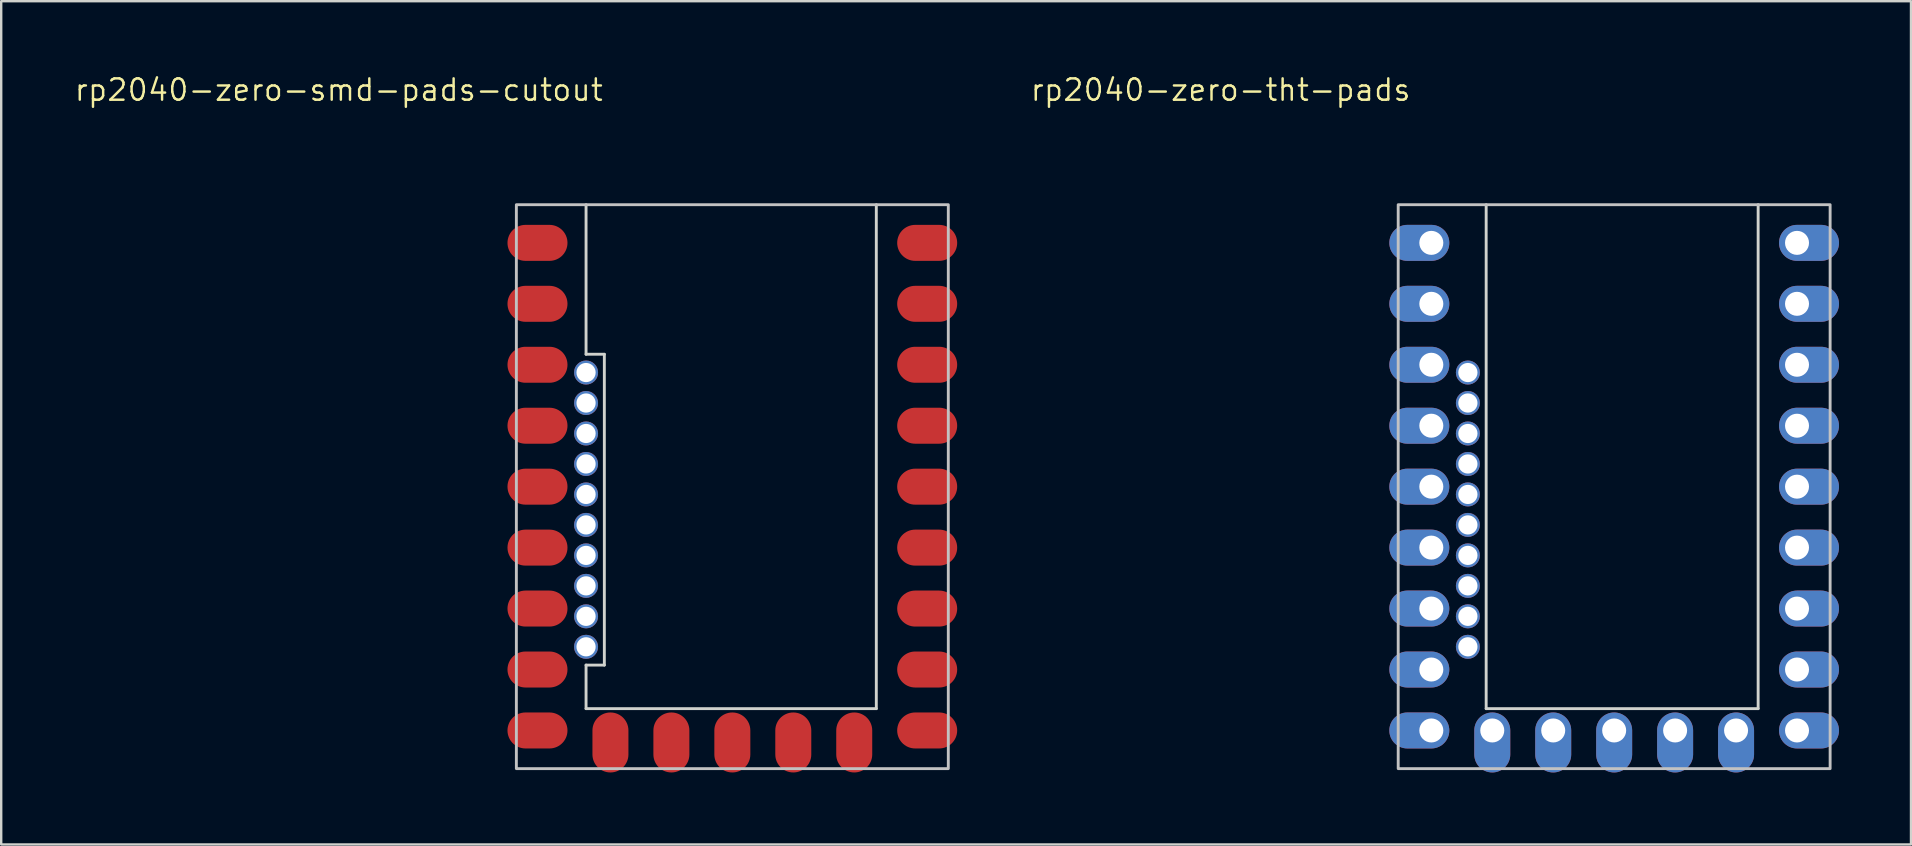
<source format=kicad_pcb>
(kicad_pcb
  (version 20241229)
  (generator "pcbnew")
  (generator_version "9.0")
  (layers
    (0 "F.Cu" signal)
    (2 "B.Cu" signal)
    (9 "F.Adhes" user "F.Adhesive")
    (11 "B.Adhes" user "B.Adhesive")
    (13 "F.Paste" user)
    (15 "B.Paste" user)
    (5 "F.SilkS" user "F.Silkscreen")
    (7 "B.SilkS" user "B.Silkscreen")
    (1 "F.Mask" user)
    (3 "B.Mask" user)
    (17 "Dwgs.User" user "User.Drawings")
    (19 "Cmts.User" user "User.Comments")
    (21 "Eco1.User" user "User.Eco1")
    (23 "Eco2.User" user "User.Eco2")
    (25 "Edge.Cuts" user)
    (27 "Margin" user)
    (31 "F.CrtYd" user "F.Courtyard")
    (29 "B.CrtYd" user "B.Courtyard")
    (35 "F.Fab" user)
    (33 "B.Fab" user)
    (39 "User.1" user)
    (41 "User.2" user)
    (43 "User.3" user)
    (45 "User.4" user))
  (footprint "rp2040-zero-smd-pads-cutout"
    (layer "F.Cu")
    (at 27.469 17.231)
    (property "Reference" "rp2040-zero-smd-pads-cutout" (at -16.399 -16.533 0) (layer "F.SilkS") (effects (font (size 0.889 0.889) (thickness 0.102))))
    (attr smd exclude_from_pos_files)
    (fp_rect (start -9 -11.75) (end 9 11.75) (stroke (width 0.12) (type solid)) (fill no) (layer "Dwgs.User"))
    (fp_line (start -6.096 -5.518) (end -6.096 -11.75) (stroke (width 0.12) (type solid)) (layer "Edge.Cuts"))
    (fp_line (start -6.096 7.436) (end -5.334 7.436) (stroke (width 0.12) (type solid)) (layer "Edge.Cuts"))
    (fp_line (start -6.096 9.25) (end -6.096 7.436) (stroke (width 0.12) (type solid)) (layer "Edge.Cuts"))
    (fp_line (start -6.096 9.25) (end 6 9.25) (stroke (width 0.12) (type solid)) (layer "Edge.Cuts"))
    (fp_line (start -5.334 -5.518) (end -6.096 -5.518) (stroke (width 0.12) (type solid)) (layer "Edge.Cuts"))
    (fp_line (start -5.334 7.436) (end -5.334 -5.518) (stroke (width 0.12) (type solid)) (layer "Edge.Cuts"))
    (fp_line (start 6 9.25) (end 6 -11.75) (stroke (width 0.12) (type solid)) (layer "Edge.Cuts"))
    (pad "1" smd oval (at 7.62 -10.16 180) (size 2.5 1.5) (drill (offset -0.5 0)) (layers "F.Cu" "F.Mask" "F.Paste"))
    (pad "2" smd oval (at 7.62 -7.62 180) (size 2.5 1.5) (drill (offset -0.5 0)) (layers "F.Cu" "F.Mask" "F.Paste"))
    (pad "3" smd oval (at 7.62 -5.08 180) (size 2.5 1.5) (drill (offset -0.5 0)) (layers "F.Cu" "F.Mask" "F.Paste"))
    (pad "4" smd oval (at 7.62 -2.54 180) (size 2.5 1.5) (drill (offset -0.5 0)) (layers "F.Cu" "F.Mask" "F.Paste"))
    (pad "5" smd oval (at 7.62 0 180) (size 2.5 1.5) (drill (offset -0.5 0)) (layers "F.Cu" "F.Mask" "F.Paste"))
    (pad "6" smd oval (at 7.62 2.54 180) (size 2.5 1.5) (drill (offset -0.5 0)) (layers "F.Cu" "F.Mask" "F.Paste"))
    (pad "7" smd oval (at 7.62 5.08 180) (size 2.5 1.5) (drill (offset -0.5 0)) (layers "F.Cu" "F.Mask" "F.Paste"))
    (pad "8" smd oval (at 7.62 7.62 180) (size 2.5 1.5) (drill (offset -0.5 0)) (layers "F.Cu" "F.Mask" "F.Paste"))
    (pad "9" smd oval (at 7.62 10.16 180) (size 2.5 1.5) (drill (offset -0.5 0)) (layers "F.Cu" "F.Mask" "F.Paste"))
    (pad "10" smd oval (at 5.08 10.16 90) (size 2.5 1.5) (drill (offset -0.5 0)) (layers "F.Cu" "F.Mask" "F.Paste"))
    (pad "11" smd oval (at 2.54 10.16 90) (size 2.5 1.5) (drill (offset -0.5 0)) (layers "F.Cu" "F.Mask" "F.Paste"))
    (pad "12" smd oval (at 0 10.16 90) (size 2.5 1.5) (drill (offset -0.5 0)) (layers "F.Cu" "F.Mask" "F.Paste"))
    (pad "13" smd oval (at -2.54 10.16 90) (size 2.5 1.5) (drill (offset -0.5 0)) (layers "F.Cu" "F.Mask" "F.Paste"))
    (pad "14" smd oval (at -5.08 10.16 90) (size 2.5 1.5) (drill (offset -0.5 0)) (layers "F.Cu" "F.Mask" "F.Paste"))
    (pad "15" smd oval (at -7.62 10.16) (size 2.5 1.5) (drill (offset -0.5 0)) (layers "F.Cu" "F.Mask" "F.Paste"))
    (pad "16" smd oval (at -7.62 7.62) (size 2.5 1.5) (drill (offset -0.5 0)) (layers "F.Cu" "F.Mask" "F.Paste"))
    (pad "17" smd oval (at -7.62 5.08) (size 2.5 1.5) (drill (offset -0.5 0)) (layers "F.Cu" "F.Mask" "F.Paste"))
    (pad "18" smd oval (at -7.62 2.54) (size 2.5 1.5) (drill (offset -0.5 0)) (layers "F.Cu" "F.Mask" "F.Paste"))
    (pad "19" smd oval (at -7.62 0) (size 2.5 1.5) (drill (offset -0.5 0)) (layers "F.Cu" "F.Mask" "F.Paste"))
    (pad "20" smd oval (at -7.62 -2.54) (size 2.5 1.5) (drill (offset -0.5 0)) (layers "F.Cu" "F.Mask" "F.Paste"))
    (pad "21" smd oval (at -7.62 -5.08) (size 2.5 1.5) (drill (offset -0.5 0)) (layers "F.Cu" "F.Mask" "F.Paste"))
    (pad "22" smd oval (at -7.62 -7.62) (size 2.5 1.5) (drill (offset -0.5 0)) (layers "F.Cu" "F.Mask" "F.Paste"))
    (pad "23" smd oval (at -7.62 -10.16) (size 2.5 1.5) (drill (offset -0.5 0)) (layers "F.Cu" "F.Mask" "F.Paste"))
    (pad "24" thru_hole circle (at -6.096 6.674) (size 1 1) (drill 0.8) (layers "*.Cu" "*.Mask"))
    (pad "25" thru_hole circle (at -6.096 5.404) (size 1 1) (drill 0.8) (layers "*.Cu" "*.Mask"))
    (pad "26" thru_hole circle (at -6.096 4.134) (size 1 1) (drill 0.8) (layers "*.Cu" "*.Mask"))
    (pad "27" thru_hole circle (at -6.096 2.864) (size 1 1) (drill 0.8) (layers "*.Cu" "*.Mask"))
    (pad "28" thru_hole circle (at -6.096 1.594) (size 1 1) (drill 0.8) (layers "*.Cu" "*.Mask"))
    (pad "29" thru_hole circle (at -6.096 0.324) (size 1 1) (drill 0.8) (layers "*.Cu" "*.Mask"))
    (pad "30" thru_hole circle (at -6.096 -0.946) (size 1 1) (drill 0.8) (layers "*.Cu" "*.Mask"))
    (pad "31" thru_hole circle (at -6.096 -2.216) (size 1 1) (drill 0.8) (layers "*.Cu" "*.Mask"))
    (pad "32" thru_hole circle (at -6.096 -3.486) (size 1 1) (drill 0.8) (layers "*.Cu" "*.Mask"))
    (pad "33" thru_hole circle (at -6.096 -4.756) (size 1 1) (drill 0.8) (layers "*.Cu" "*.Mask")))
  (footprint "rp2040-zero-tht-pads"
    (layer "F.Cu")
    (at 64.218 17.231)
    (property "Reference" "rp2040-zero-tht-pads" (at -16.399 -16.533 0) (layer "F.SilkS") (effects (font (size 0.889 0.889) (thickness 0.102))))
    (attr through_hole exclude_from_pos_files)
    (fp_rect (start -9 -11.75) (end 9 11.75) (stroke (width 0.12) (type solid)) (fill no) (layer "Dwgs.User"))
    (fp_line (start -5.334 -11.75) (end -5.334 9.25) (stroke (width 0.12) (type solid)) (layer "Edge.Cuts"))
    (fp_line (start -5.334 9.25) (end 6 9.25) (stroke (width 0.12) (type solid)) (layer "Edge.Cuts"))
    (fp_line (start 6 9.25) (end 6 -11.75) (stroke (width 0.12) (type solid)) (layer "Edge.Cuts"))
    (pad "1" thru_hole oval (at 7.62 -10.16 180) (size 2.5 1.5) (drill 1 (offset -0.5 0)) (layers "*.Cu" "*.Mask"))
    (pad "2" thru_hole oval (at 7.62 -7.62 180) (size 2.5 1.5) (drill 1 (offset -0.5 0)) (layers "*.Cu" "*.Mask"))
    (pad "3" thru_hole oval (at 7.62 -5.08 180) (size 2.5 1.5) (drill 1 (offset -0.5 0)) (layers "*.Cu" "*.Mask"))
    (pad "4" thru_hole oval (at 7.62 -2.54 180) (size 2.5 1.5) (drill 1 (offset -0.5 0)) (layers "*.Cu" "*.Mask"))
    (pad "5" thru_hole oval (at 7.62 0 180) (size 2.5 1.5) (drill 1 (offset -0.5 0)) (layers "*.Cu" "*.Mask"))
    (pad "6" thru_hole oval (at 7.62 2.54 180) (size 2.5 1.5) (drill 1 (offset -0.5 0)) (layers "*.Cu" "*.Mask"))
    (pad "7" thru_hole oval (at 7.62 5.08 180) (size 2.5 1.5) (drill 1 (offset -0.5 0)) (layers "*.Cu" "*.Mask"))
    (pad "8" thru_hole oval (at 7.62 7.62 180) (size 2.5 1.5) (drill 1 (offset -0.5 0)) (layers "*.Cu" "*.Mask"))
    (pad "9" thru_hole oval (at 7.62 10.16 180) (size 2.5 1.5) (drill 1 (offset -0.5 0)) (layers "*.Cu" "*.Mask"))
    (pad "10" thru_hole oval (at 5.08 10.16 90) (size 2.5 1.5) (drill 1 (offset -0.5 0)) (layers "*.Cu" "*.Mask"))
    (pad "11" thru_hole oval (at 2.54 10.16 90) (size 2.5 1.5) (drill 1 (offset -0.5 0)) (layers "*.Cu" "*.Mask"))
    (pad "12" thru_hole oval (at 0 10.16 90) (size 2.5 1.5) (drill 1 (offset -0.5 0)) (layers "*.Cu" "*.Mask"))
    (pad "13" thru_hole oval (at -2.54 10.16 90) (size 2.5 1.5) (drill 1 (offset -0.5 0)) (layers "*.Cu" "*.Mask"))
    (pad "14" thru_hole oval (at -5.08 10.16 90) (size 2.5 1.5) (drill 1 (offset -0.5 0)) (layers "*.Cu" "*.Mask"))
    (pad "15" thru_hole oval (at -7.62 10.16) (size 2.5 1.5) (drill 1 (offset -0.5 0)) (layers "*.Cu" "*.Mask"))
    (pad "16" thru_hole oval (at -7.62 7.62) (size 2.5 1.5) (drill 1 (offset -0.5 0)) (layers "*.Cu" "*.Mask"))
    (pad "17" thru_hole oval (at -7.62 5.08) (size 2.5 1.5) (drill 1 (offset -0.5 0)) (layers "*.Cu" "*.Mask"))
    (pad "18" thru_hole oval (at -7.62 2.54) (size 2.5 1.5) (drill 1 (offset -0.5 0)) (layers "*.Cu" "*.Mask"))
    (pad "19" thru_hole oval (at -7.62 0) (size 2.5 1.5) (drill 1 (offset -0.5 0)) (layers "*.Cu" "*.Mask"))
    (pad "20" thru_hole oval (at -7.62 -2.54) (size 2.5 1.5) (drill 1 (offset -0.5 0)) (layers "*.Cu" "*.Mask"))
    (pad "21" thru_hole oval (at -7.62 -5.08) (size 2.5 1.5) (drill 1 (offset -0.5 0)) (layers "*.Cu" "*.Mask"))
    (pad "22" thru_hole oval (at -7.62 -7.62) (size 2.5 1.5) (drill 1 (offset -0.5 0)) (layers "*.Cu" "*.Mask"))
    (pad "23" thru_hole oval (at -7.62 -10.16) (size 2.5 1.5) (drill 1 (offset -0.5 0)) (layers "*.Cu" "*.Mask"))
    (pad "24" thru_hole circle (at -6.096 6.674) (size 1 1) (drill 0.8) (layers "*.Cu" "*.Mask"))
    (pad "25" thru_hole circle (at -6.096 5.404) (size 1 1) (drill 0.8) (layers "*.Cu" "*.Mask"))
    (pad "26" thru_hole circle (at -6.096 4.134) (size 1 1) (drill 0.8) (layers "*.Cu" "*.Mask"))
    (pad "27" thru_hole circle (at -6.096 2.864) (size 1 1) (drill 0.8) (layers "*.Cu" "*.Mask"))
    (pad "28" thru_hole circle (at -6.096 1.594) (size 1 1) (drill 0.8) (layers "*.Cu" "*.Mask"))
    (pad "29" thru_hole circle (at -6.096 0.324) (size 1 1) (drill 0.8) (layers "*.Cu" "*.Mask"))
    (pad "30" thru_hole circle (at -6.096 -0.946) (size 1 1) (drill 0.8) (layers "*.Cu" "*.Mask"))
    (pad "31" thru_hole circle (at -6.096 -2.216) (size 1 1) (drill 0.8) (layers "*.Cu" "*.Mask"))
    (pad "32" thru_hole circle (at -6.096 -3.486) (size 1 1) (drill 0.8) (layers "*.Cu" "*.Mask"))
    (pad "33" thru_hole circle (at -6.096 -4.756) (size 1 1) (drill 0.8) (layers "*.Cu" "*.Mask")))
  (gr_rect
    (start -3 -3)
    (end 76.588 32.141)
    (stroke (width 0.1) (type default))
    (fill no)
    (layer "Edge.Cuts")))
</source>
